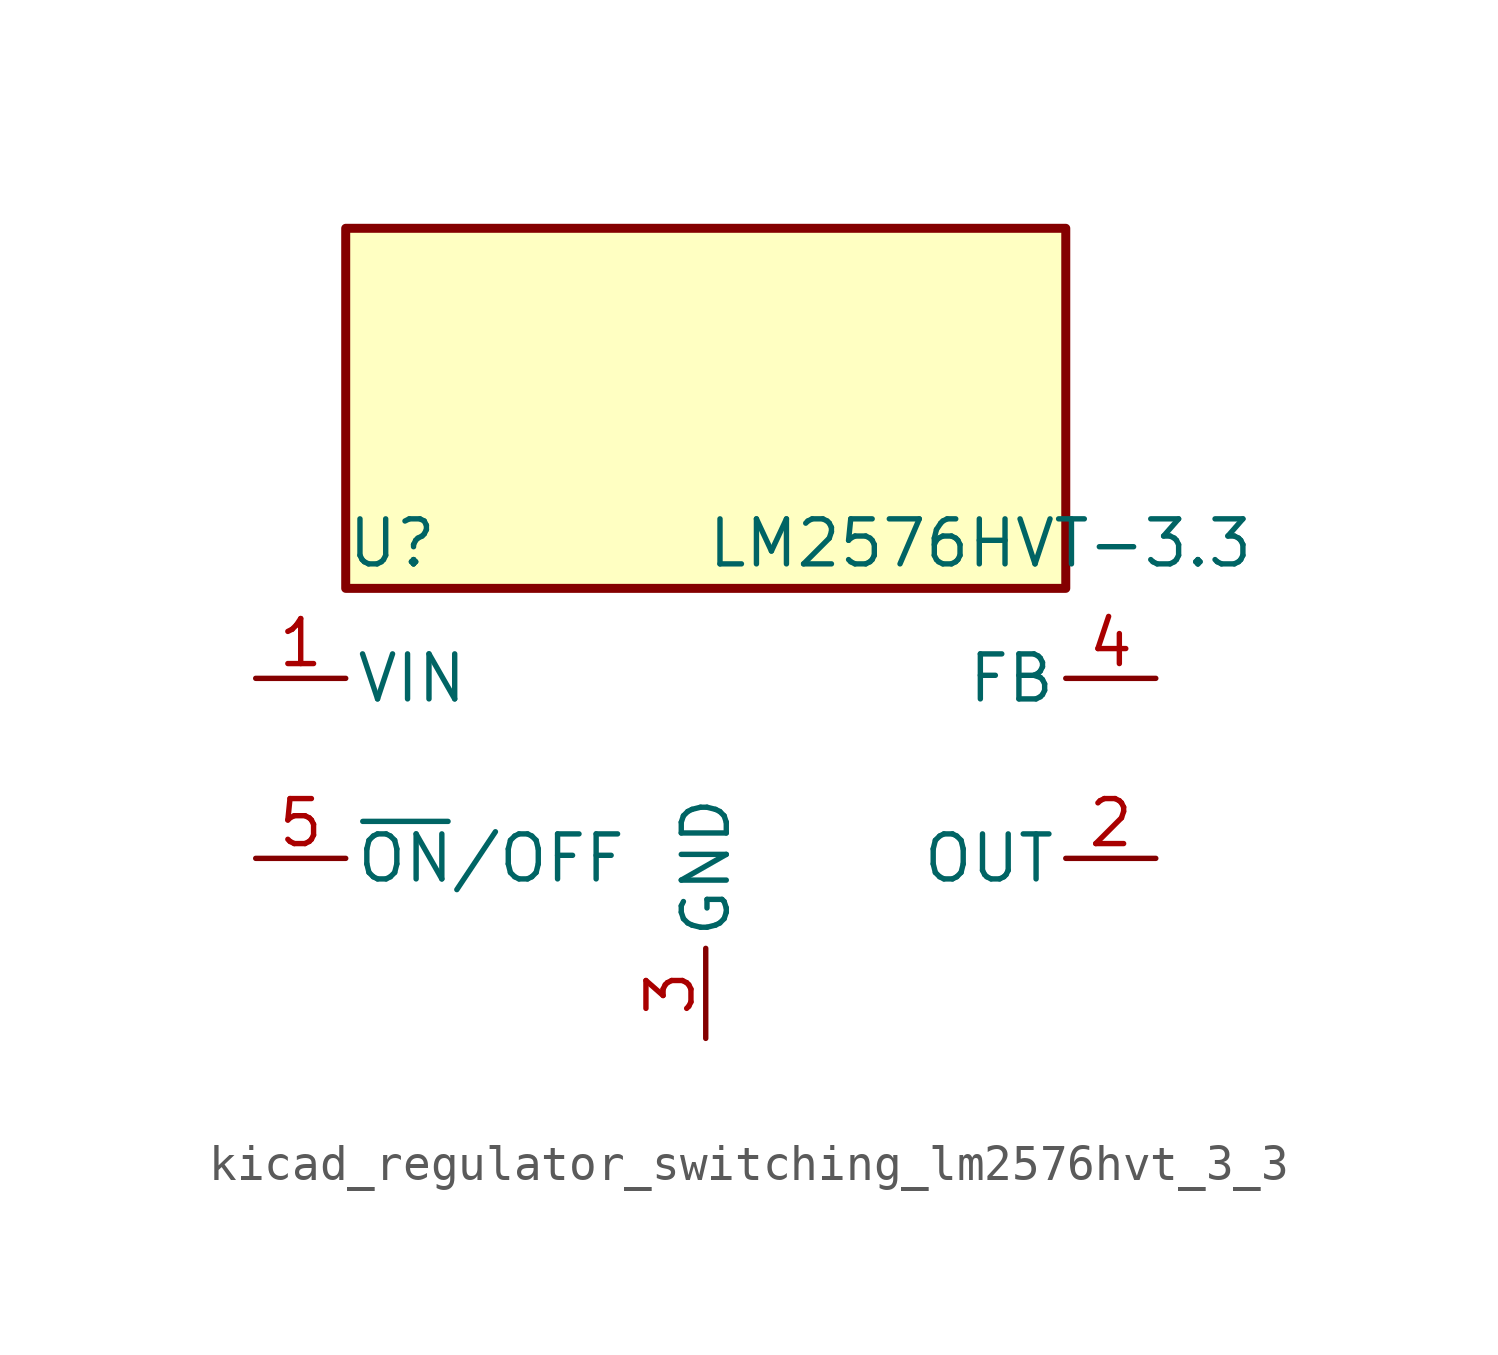
<source format=kicad_sym>
(kicad_symbol_lib
  (version 20220914)
  (generator kicad_symbol_editor)
  (symbol "kicad_regulator_switching_lm2576hvt_3_3"
    (pin_names
      (offset 0.254))
    (property "Reference" "U"
      (at -10.16 6.35 0)
      (effects (font (size 1.27 1.27)) (justify left)))
    (property "Value" "LM2576HVT-3.3"
      (at 0 6.35 0)
      (effects (font (size 1.27 1.27)) (justify left)))
    (symbol "kicad_regulator_switching_lm2576hvt_3_3_0_1"
      (rectangle (start 10.16 15.24) (end -10.16 5.08) (stroke (width 0.254) (type default)) (fill (type background))))
    (symbol "kicad_regulator_switching_lm2576hvt_3_3_1_1"
      (pin power_in line (at -12.7 2.54 0) (length 2.54) (name "VIN" (effects (font (size 1.27 1.27)))) (number "1" (effects (font (size 1.27 1.27)))))
      (pin output line (at 12.7 -2.54 180) (length 2.54) (name "OUT" (effects (font (size 1.27 1.27)))) (number "2" (effects (font (size 1.27 1.27)))))
      (pin power_in line (at 0 -7.62 90) (length 2.54) (name "GND" (effects (font (size 1.27 1.27)))) (number "3" (effects (font (size 1.27 1.27)))))
      (pin input line (at 12.7 2.54 180) (length 2.54) (name "FB" (effects (font (size 1.27 1.27)))) (number "4" (effects (font (size 1.27 1.27)))))
      (pin input line (at -12.7 -2.54 0) (length 2.54) (name "~{ON}/OFF" (effects (font (size 1.27 1.27)))) (number "5" (effects (font (size 1.27 1.27))))))))
</source>
